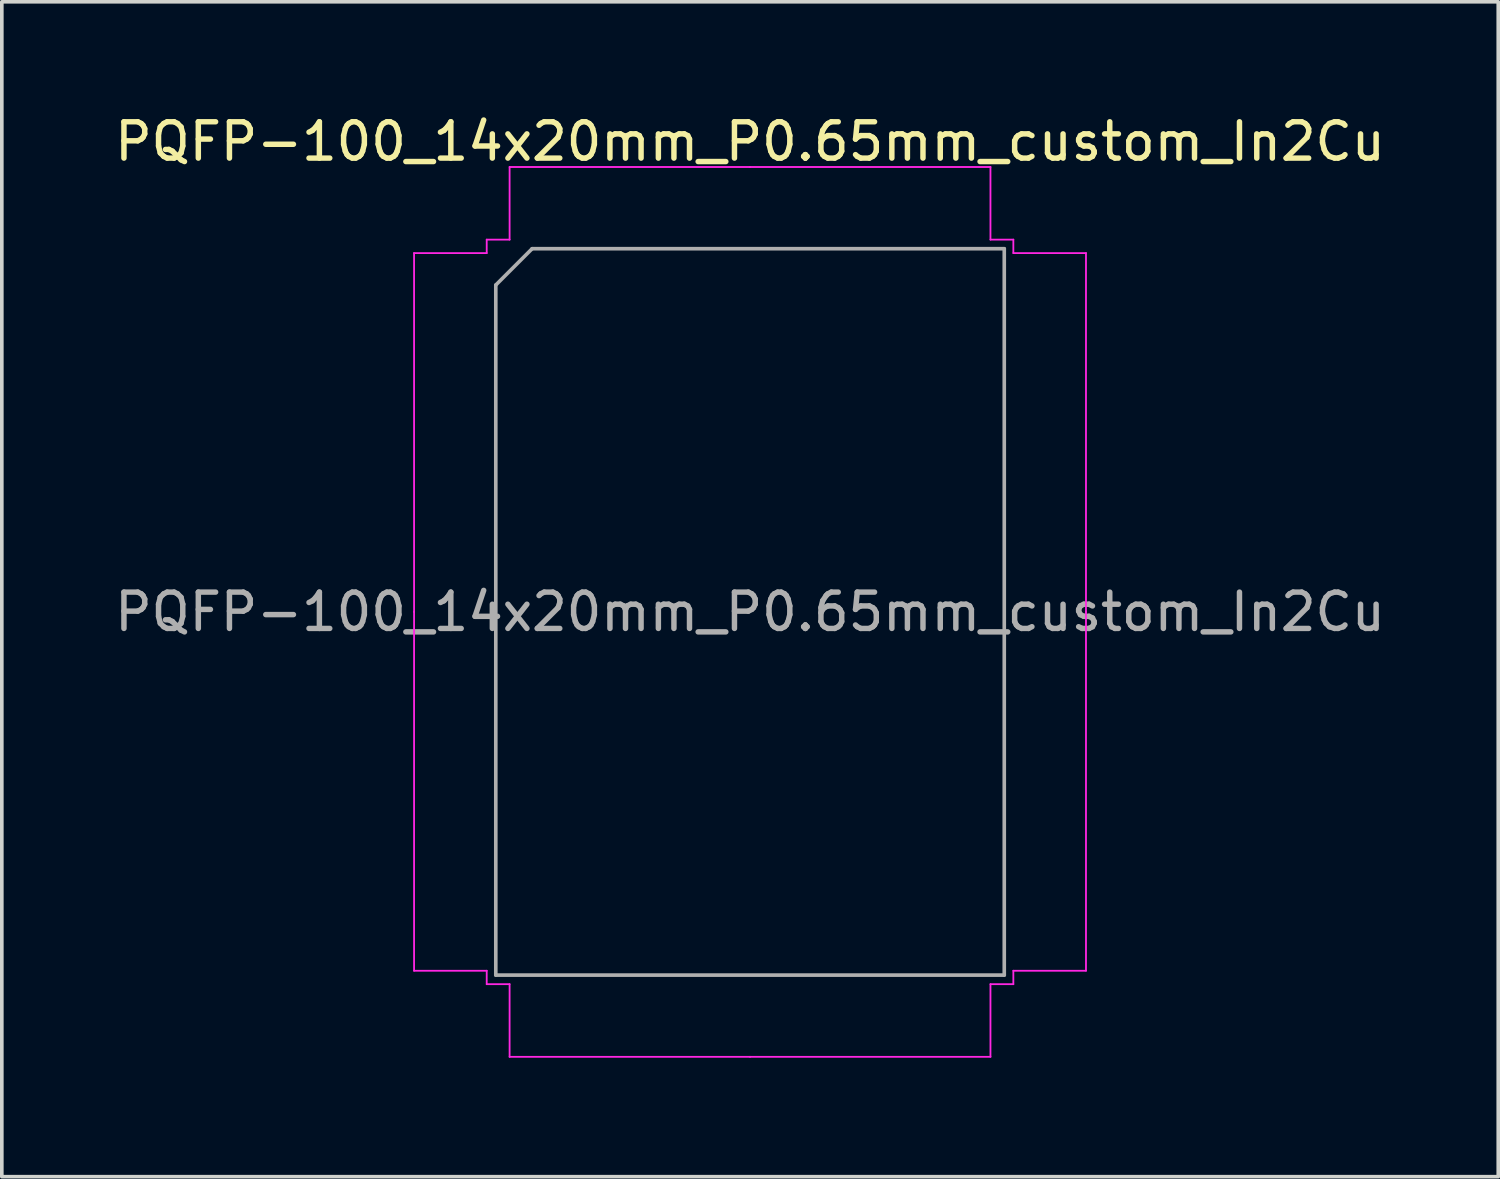
<source format=kicad_pcb>
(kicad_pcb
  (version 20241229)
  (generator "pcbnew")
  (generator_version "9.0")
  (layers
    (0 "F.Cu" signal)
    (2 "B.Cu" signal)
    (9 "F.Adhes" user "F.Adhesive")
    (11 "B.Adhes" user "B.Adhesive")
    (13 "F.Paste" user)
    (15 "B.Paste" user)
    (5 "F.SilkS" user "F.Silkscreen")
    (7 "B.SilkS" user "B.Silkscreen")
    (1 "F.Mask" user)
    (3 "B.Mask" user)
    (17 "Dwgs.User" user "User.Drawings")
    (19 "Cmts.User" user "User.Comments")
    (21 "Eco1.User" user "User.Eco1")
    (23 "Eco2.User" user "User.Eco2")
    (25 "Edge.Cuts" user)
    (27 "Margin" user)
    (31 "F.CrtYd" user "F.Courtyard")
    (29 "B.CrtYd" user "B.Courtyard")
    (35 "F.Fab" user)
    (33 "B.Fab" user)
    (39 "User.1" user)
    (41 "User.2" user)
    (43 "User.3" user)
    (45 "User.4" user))
  (footprint "PQFP-100_14x20mm_P0.65mm_custom_In2Cu"
    (layer "F.Cu")
    (at 17.601 13.798)
    (property "Reference" "PQFP-100_14x20mm_P0.65mm_custom_In2Cu" (at 0 -12.95 0) (layer "F.SilkS") (effects (font (size 1 1) (thickness 0.15))))
    (attr smd)
    (fp_line (start -9.25 -9.88) (end -9.25 0) (stroke (width 0.05) (type solid)) (layer "F.CrtYd"))
    (fp_line (start -9.25 9.88) (end -9.25 0) (stroke (width 0.05) (type solid)) (layer "F.CrtYd"))
    (fp_line (start -7.25 -10.25) (end -7.25 -9.88) (stroke (width 0.05) (type solid)) (layer "F.CrtYd"))
    (fp_line (start -7.25 -9.88) (end -9.25 -9.88) (stroke (width 0.05) (type solid)) (layer "F.CrtYd"))
    (fp_line (start -7.25 9.88) (end -9.25 9.88) (stroke (width 0.05) (type solid)) (layer "F.CrtYd"))
    (fp_line (start -7.25 10.25) (end -7.25 9.88) (stroke (width 0.05) (type solid)) (layer "F.CrtYd"))
    (fp_line (start -6.62 -12.25) (end -6.62 -10.25) (stroke (width 0.05) (type solid)) (layer "F.CrtYd"))
    (fp_line (start -6.62 -10.25) (end -7.25 -10.25) (stroke (width 0.05) (type solid)) (layer "F.CrtYd"))
    (fp_line (start -6.62 10.25) (end -7.25 10.25) (stroke (width 0.05) (type solid)) (layer "F.CrtYd"))
    (fp_line (start -6.62 12.25) (end -6.62 10.25) (stroke (width 0.05) (type solid)) (layer "F.CrtYd"))
    (fp_line (start 0 -12.25) (end -6.62 -12.25) (stroke (width 0.05) (type solid)) (layer "F.CrtYd"))
    (fp_line (start 0 -12.25) (end 6.62 -12.25) (stroke (width 0.05) (type solid)) (layer "F.CrtYd"))
    (fp_line (start 0 12.25) (end -6.62 12.25) (stroke (width 0.05) (type solid)) (layer "F.CrtYd"))
    (fp_line (start 0 12.25) (end 6.62 12.25) (stroke (width 0.05) (type solid)) (layer "F.CrtYd"))
    (fp_line (start 6.62 -12.25) (end 6.62 -10.25) (stroke (width 0.05) (type solid)) (layer "F.CrtYd"))
    (fp_line (start 6.62 -10.25) (end 7.25 -10.25) (stroke (width 0.05) (type solid)) (layer "F.CrtYd"))
    (fp_line (start 6.62 10.25) (end 7.25 10.25) (stroke (width 0.05) (type solid)) (layer "F.CrtYd"))
    (fp_line (start 6.62 12.25) (end 6.62 10.25) (stroke (width 0.05) (type solid)) (layer "F.CrtYd"))
    (fp_line (start 7.25 -10.25) (end 7.25 -9.88) (stroke (width 0.05) (type solid)) (layer "F.CrtYd"))
    (fp_line (start 7.25 -9.88) (end 9.25 -9.88) (stroke (width 0.05) (type solid)) (layer "F.CrtYd"))
    (fp_line (start 7.25 9.88) (end 9.25 9.88) (stroke (width 0.05) (type solid)) (layer "F.CrtYd"))
    (fp_line (start 7.25 10.25) (end 7.25 9.88) (stroke (width 0.05) (type solid)) (layer "F.CrtYd"))
    (fp_line (start 9.25 -9.88) (end 9.25 0) (stroke (width 0.05) (type solid)) (layer "F.CrtYd"))
    (fp_line (start 9.25 9.88) (end 9.25 0) (stroke (width 0.05) (type solid)) (layer "F.CrtYd"))
    (fp_line (start -7 -9) (end -6 -10) (stroke (width 0.1) (type solid)) (layer "F.Fab"))
    (fp_line (start -7 10) (end -7 -9) (stroke (width 0.1) (type solid)) (layer "F.Fab"))
    (fp_line (start -6 -10) (end 7 -10) (stroke (width 0.1) (type solid)) (layer "F.Fab"))
    (fp_line (start 7 -10) (end 7 10) (stroke (width 0.1) (type solid)) (layer "F.Fab"))
    (fp_line (start 7 10) (end -7 10) (stroke (width 0.1) (type solid)) (layer "F.Fab"))
    (fp_text user "${REFERENCE}" (at 0 0 0) (layer "F.Fab") (effects (font (size 1 1) (thickness 0.15))))
    (pad "1" smd roundrect (at -8.45 -9.425) (size 1.9 0.4) (layers "In2.Cu") (roundrect_rratio 0.25))
    (pad "2" smd roundrect (at -8.45 -8.775) (size 1.9 0.4) (layers "In2.Cu") (roundrect_rratio 0.25))
    (pad "3" smd roundrect (at -8.45 -8.125) (size 1.9 0.4) (layers "In2.Cu") (roundrect_rratio 0.25))
    (pad "4" smd roundrect (at -8.45 -7.475) (size 1.9 0.4) (layers "In2.Cu") (roundrect_rratio 0.25))
    (pad "5" smd roundrect (at -8.45 -6.825) (size 1.9 0.4) (layers "In2.Cu") (roundrect_rratio 0.25))
    (pad "6" smd roundrect (at -8.45 -6.175) (size 1.9 0.4) (layers "In2.Cu") (roundrect_rratio 0.25))
    (pad "7" smd roundrect (at -8.45 -5.525) (size 1.9 0.4) (layers "In2.Cu") (roundrect_rratio 0.25))
    (pad "8" smd roundrect (at -8.45 -4.875) (size 1.9 0.4) (layers "In2.Cu") (roundrect_rratio 0.25))
    (pad "9" smd roundrect (at -8.45 -4.225) (size 1.9 0.4) (layers "In2.Cu") (roundrect_rratio 0.25))
    (pad "10" smd roundrect (at -8.45 -3.575) (size 1.9 0.4) (layers "In2.Cu") (roundrect_rratio 0.25))
    (pad "11" smd roundrect (at -8.45 -2.925) (size 1.9 0.4) (layers "In2.Cu") (roundrect_rratio 0.25))
    (pad "12" smd roundrect (at -8.45 -2.275) (size 1.9 0.4) (layers "In2.Cu") (roundrect_rratio 0.25))
    (pad "13" smd roundrect (at -8.45 -1.625) (size 1.9 0.4) (layers "In2.Cu") (roundrect_rratio 0.25))
    (pad "14" smd roundrect (at -8.45 -0.975) (size 1.9 0.4) (layers "In2.Cu") (roundrect_rratio 0.25))
    (pad "15" smd roundrect (at -8.45 -0.325) (size 1.9 0.4) (layers "In2.Cu") (roundrect_rratio 0.25))
    (pad "16" smd roundrect (at -8.45 0.325) (size 1.9 0.4) (layers "In2.Cu") (roundrect_rratio 0.25))
    (pad "17" smd roundrect (at -8.45 0.975) (size 1.9 0.4) (layers "In2.Cu") (roundrect_rratio 0.25))
    (pad "18" smd roundrect (at -8.45 1.625) (size 1.9 0.4) (layers "In2.Cu") (roundrect_rratio 0.25))
    (pad "19" smd roundrect (at -8.45 2.275) (size 1.9 0.4) (layers "In2.Cu") (roundrect_rratio 0.25))
    (pad "20" smd roundrect (at -8.45 2.925) (size 1.9 0.4) (layers "In2.Cu") (roundrect_rratio 0.25))
    (pad "21" smd roundrect (at -8.45 3.575) (size 1.9 0.4) (layers "In2.Cu") (roundrect_rratio 0.25))
    (pad "22" smd roundrect (at -8.45 4.225) (size 1.9 0.4) (layers "In2.Cu") (roundrect_rratio 0.25))
    (pad "23" smd roundrect (at -8.45 4.875) (size 1.9 0.4) (layers "In2.Cu") (roundrect_rratio 0.25))
    (pad "24" smd roundrect (at -8.45 5.525) (size 1.9 0.4) (layers "In2.Cu") (roundrect_rratio 0.25))
    (pad "25" smd roundrect (at -8.45 6.175) (size 1.9 0.4) (layers "In2.Cu") (roundrect_rratio 0.25))
    (pad "26" smd roundrect (at -8.45 6.825) (size 1.9 0.4) (layers "In2.Cu") (roundrect_rratio 0.25))
    (pad "27" smd roundrect (at -8.45 7.475) (size 1.9 0.4) (layers "In2.Cu") (roundrect_rratio 0.25))
    (pad "28" smd roundrect (at -8.45 8.125) (size 1.9 0.4) (layers "In2.Cu") (roundrect_rratio 0.25))
    (pad "29" smd roundrect (at -8.45 8.775) (size 1.9 0.4) (layers "In2.Cu") (roundrect_rratio 0.25))
    (pad "30" smd roundrect (at -8.45 9.425) (size 1.9 0.4) (layers "In2.Cu") (roundrect_rratio 0.25))
    (pad "31" smd roundrect (at -6.175 11.6) (size 0.4 1.9) (layers "In2.Cu") (roundrect_rratio 0.25))
    (pad "32" smd roundrect (at -5.525 11.6) (size 0.4 1.9) (layers "In2.Cu") (roundrect_rratio 0.25))
    (pad "33" smd roundrect (at -4.875 11.6) (size 0.4 1.9) (layers "In2.Cu") (roundrect_rratio 0.25))
    (pad "34" smd roundrect (at -4.225 11.6) (size 0.4 1.9) (layers "In2.Cu") (roundrect_rratio 0.25))
    (pad "35" smd roundrect (at -3.575 11.6) (size 0.4 1.9) (layers "In2.Cu") (roundrect_rratio 0.25))
    (pad "36" smd roundrect (at -2.925 11.6) (size 0.4 1.9) (layers "In2.Cu") (roundrect_rratio 0.25))
    (pad "37" smd roundrect (at -2.275 11.6) (size 0.4 1.9) (layers "In2.Cu") (roundrect_rratio 0.25))
    (pad "38" smd roundrect (at -1.625 11.6) (size 0.4 1.9) (layers "In2.Cu") (roundrect_rratio 0.25))
    (pad "39" smd roundrect (at -0.975 11.6) (size 0.4 1.9) (layers "In2.Cu") (roundrect_rratio 0.25))
    (pad "40" smd roundrect (at -0.325 11.6) (size 0.4 1.9) (layers "In2.Cu") (roundrect_rratio 0.25))
    (pad "41" smd roundrect (at 0.325 11.6) (size 0.4 1.9) (layers "In2.Cu") (roundrect_rratio 0.25))
    (pad "42" smd roundrect (at 0.975 11.6) (size 0.4 1.9) (layers "In2.Cu") (roundrect_rratio 0.25))
    (pad "43" smd roundrect (at 1.625 11.6) (size 0.4 1.9) (layers "In2.Cu") (roundrect_rratio 0.25))
    (pad "44" smd roundrect (at 2.275 11.6) (size 0.4 1.9) (layers "In2.Cu") (roundrect_rratio 0.25))
    (pad "45" smd roundrect (at 2.925 11.6) (size 0.4 1.9) (layers "In2.Cu") (roundrect_rratio 0.25))
    (pad "46" smd roundrect (at 3.575 11.6) (size 0.4 1.9) (layers "In2.Cu") (roundrect_rratio 0.25))
    (pad "47" smd roundrect (at 4.225 11.6) (size 0.4 1.9) (layers "In2.Cu") (roundrect_rratio 0.25))
    (pad "48" smd roundrect (at 4.875 11.6) (size 0.4 1.9) (layers "In2.Cu") (roundrect_rratio 0.25))
    (pad "49" smd roundrect (at 5.525 11.6) (size 0.4 1.9) (layers "In2.Cu") (roundrect_rratio 0.25))
    (pad "50" smd roundrect (at 6.175 11.6) (size 0.4 1.9) (layers "In2.Cu") (roundrect_rratio 0.25))
    (pad "51" smd roundrect (at 8.45 9.425) (size 1.9 0.4) (layers "In2.Cu") (roundrect_rratio 0.25))
    (pad "52" smd roundrect (at 8.45 8.775) (size 1.9 0.4) (layers "In2.Cu") (roundrect_rratio 0.25))
    (pad "53" smd roundrect (at 8.45 8.125) (size 1.9 0.4) (layers "In2.Cu") (roundrect_rratio 0.25))
    (pad "54" smd roundrect (at 8.45 7.475) (size 1.9 0.4) (layers "In2.Cu") (roundrect_rratio 0.25))
    (pad "55" smd roundrect (at 8.45 6.825) (size 1.9 0.4) (layers "In2.Cu") (roundrect_rratio 0.25))
    (pad "56" smd roundrect (at 8.45 6.175) (size 1.9 0.4) (layers "In2.Cu") (roundrect_rratio 0.25))
    (pad "57" smd roundrect (at 8.45 5.525) (size 1.9 0.4) (layers "In2.Cu") (roundrect_rratio 0.25))
    (pad "58" smd roundrect (at 8.45 4.875) (size 1.9 0.4) (layers "In2.Cu") (roundrect_rratio 0.25))
    (pad "59" smd roundrect (at 8.45 4.225) (size 1.9 0.4) (layers "In2.Cu") (roundrect_rratio 0.25))
    (pad "60" smd roundrect (at 8.45 3.575) (size 1.9 0.4) (layers "In2.Cu") (roundrect_rratio 0.25))
    (pad "61" smd roundrect (at 8.45 2.925) (size 1.9 0.4) (layers "In2.Cu") (roundrect_rratio 0.25))
    (pad "62" smd roundrect (at 8.45 2.275) (size 1.9 0.4) (layers "In2.Cu") (roundrect_rratio 0.25))
    (pad "63" smd roundrect (at 8.45 1.625) (size 1.9 0.4) (layers "In2.Cu") (roundrect_rratio 0.25))
    (pad "64" smd roundrect (at 8.45 0.975) (size 1.9 0.4) (layers "In2.Cu") (roundrect_rratio 0.25))
    (pad "65" smd roundrect (at 8.45 0.325) (size 1.9 0.4) (layers "In2.Cu") (roundrect_rratio 0.25))
    (pad "66" smd roundrect (at 8.45 -0.325) (size 1.9 0.4) (layers "In2.Cu") (roundrect_rratio 0.25))
    (pad "67" smd roundrect (at 8.45 -0.975) (size 1.9 0.4) (layers "In2.Cu") (roundrect_rratio 0.25))
    (pad "68" smd roundrect (at 8.45 -1.625) (size 1.9 0.4) (layers "In2.Cu") (roundrect_rratio 0.25))
    (pad "69" smd roundrect (at 8.45 -2.275) (size 1.9 0.4) (layers "In2.Cu") (roundrect_rratio 0.25))
    (pad "70" smd roundrect (at 8.45 -2.925) (size 1.9 0.4) (layers "In2.Cu") (roundrect_rratio 0.25))
    (pad "71" smd roundrect (at 8.45 -3.575) (size 1.9 0.4) (layers "In2.Cu") (roundrect_rratio 0.25))
    (pad "72" smd roundrect (at 8.45 -4.225) (size 1.9 0.4) (layers "In2.Cu") (roundrect_rratio 0.25))
    (pad "73" smd roundrect (at 8.45 -4.875) (size 1.9 0.4) (layers "In2.Cu") (roundrect_rratio 0.25))
    (pad "74" smd roundrect (at 8.45 -5.525) (size 1.9 0.4) (layers "In2.Cu") (roundrect_rratio 0.25))
    (pad "75" smd roundrect (at 8.45 -6.175) (size 1.9 0.4) (layers "In2.Cu") (roundrect_rratio 0.25))
    (pad "76" smd roundrect (at 8.45 -6.825) (size 1.9 0.4) (layers "In2.Cu") (roundrect_rratio 0.25))
    (pad "77" smd roundrect (at 8.45 -7.475) (size 1.9 0.4) (layers "In2.Cu") (roundrect_rratio 0.25))
    (pad "78" smd roundrect (at 8.45 -8.125) (size 1.9 0.4) (layers "In2.Cu") (roundrect_rratio 0.25))
    (pad "79" smd roundrect (at 8.45 -8.775) (size 1.9 0.4) (layers "In2.Cu") (roundrect_rratio 0.25))
    (pad "80" smd roundrect (at 8.45 -9.425) (size 1.9 0.4) (layers "In2.Cu") (roundrect_rratio 0.25))
    (pad "81" smd roundrect (at 6.175 -11.6) (size 0.4 1.9) (layers "In2.Cu") (roundrect_rratio 0.25))
    (pad "82" smd roundrect (at 5.525 -11.6) (size 0.4 1.9) (layers "In2.Cu") (roundrect_rratio 0.25))
    (pad "83" smd roundrect (at 4.875 -11.6) (size 0.4 1.9) (layers "In2.Cu") (roundrect_rratio 0.25))
    (pad "84" smd roundrect (at 4.225 -11.6) (size 0.4 1.9) (layers "In2.Cu") (roundrect_rratio 0.25))
    (pad "85" smd roundrect (at 3.575 -11.6) (size 0.4 1.9) (layers "In2.Cu") (roundrect_rratio 0.25))
    (pad "86" smd roundrect (at 2.925 -11.6) (size 0.4 1.9) (layers "In2.Cu") (roundrect_rratio 0.25))
    (pad "87" smd roundrect (at 2.275 -11.6) (size 0.4 1.9) (layers "In2.Cu") (roundrect_rratio 0.25))
    (pad "88" smd roundrect (at 1.625 -11.6) (size 0.4 1.9) (layers "In2.Cu") (roundrect_rratio 0.25))
    (pad "89" smd roundrect (at 0.975 -11.6) (size 0.4 1.9) (layers "In2.Cu") (roundrect_rratio 0.25))
    (pad "90" smd roundrect (at 0.325 -11.6) (size 0.4 1.9) (layers "In2.Cu") (roundrect_rratio 0.25))
    (pad "91" smd roundrect (at -0.325 -11.6) (size 0.4 1.9) (layers "In2.Cu") (roundrect_rratio 0.25))
    (pad "92" smd roundrect (at -0.975 -11.6) (size 0.4 1.9) (layers "In2.Cu") (roundrect_rratio 0.25))
    (pad "93" smd roundrect (at -1.625 -11.6) (size 0.4 1.9) (layers "In2.Cu") (roundrect_rratio 0.25))
    (pad "94" smd roundrect (at -2.275 -11.6) (size 0.4 1.9) (layers "In2.Cu") (roundrect_rratio 0.25))
    (pad "95" smd roundrect (at -2.925 -11.6) (size 0.4 1.9) (layers "In2.Cu") (roundrect_rratio 0.25))
    (pad "96" smd roundrect (at -3.575 -11.6) (size 0.4 1.9) (layers "In2.Cu") (roundrect_rratio 0.25))
    (pad "97" smd roundrect (at -4.225 -11.6) (size 0.4 1.9) (layers "In2.Cu") (roundrect_rratio 0.25))
    (pad "98" smd roundrect (at -4.875 -11.6) (size 0.4 1.9) (layers "In2.Cu") (roundrect_rratio 0.25))
    (pad "99" smd roundrect (at -5.525 -11.6) (size 0.4 1.9) (layers "In2.Cu") (roundrect_rratio 0.25))
    (pad "100" smd roundrect (at -6.175 -11.6) (size 0.4 1.9) (layers "In2.Cu") (roundrect_rratio 0.25)))
  (gr_rect
    (start -3 -3)
    (end 38.202 29.348)
    (stroke (width 0.1) (type default))
    (fill no)
    (layer "Edge.Cuts")))
</source>
